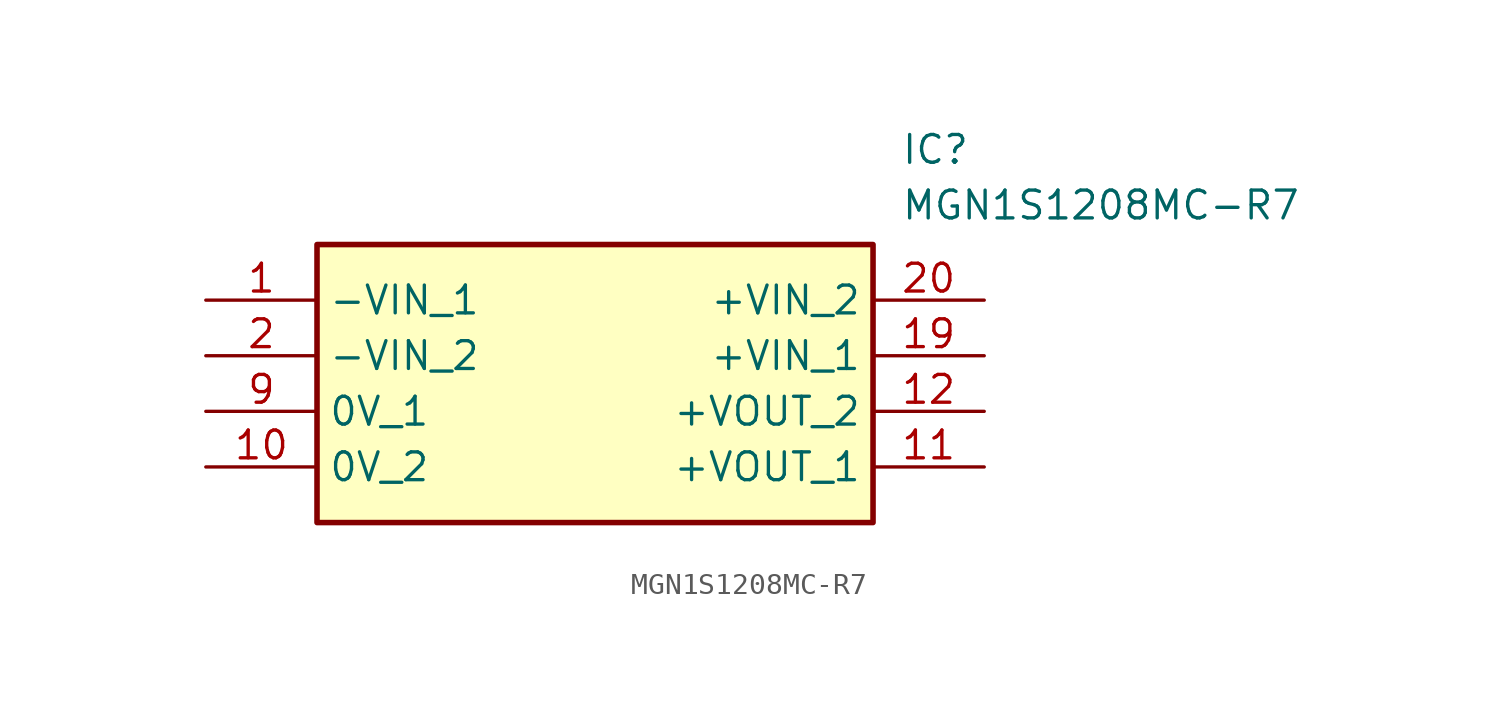
<source format=kicad_sym>
(kicad_symbol_lib
  (version 20211014)
  (generator SamacSys_ECAD_Model)
  (symbol "MGN1S1208MC-R7"
    (property "Reference" "IC"
      (at 31.75 7.62 0)
      (effects (font (size 1.27 1.27)) (justify left top)))
    (property "Value" "MGN1S1208MC-R7"
      (at 31.75 5.08 0)
      (effects (font (size 1.27 1.27)) (justify left top)))
    (rectangle
      (start 5.08 2.54)
      (end 30.48 -10.16)
      (stroke (width 0.254) (type default))
      (fill (type background)))
    (pin passive line
      (at 0 0 0)
      (length 5.08)
      (name "-VIN_1" (effects (font (size 1.27 1.27))))
      (number "1" (effects (font (size 1.27 1.27)))))
    (pin passive line
      (at 0 -2.54 0)
      (length 5.08)
      (name "-VIN_2" (effects (font (size 1.27 1.27))))
      (number "2" (effects (font (size 1.27 1.27)))))
    (pin passive line
      (at 0 -5.08 0)
      (length 5.08)
      (name "0V_1" (effects (font (size 1.27 1.27))))
      (number "9" (effects (font (size 1.27 1.27)))))
    (pin passive line
      (at 0 -7.62 0)
      (length 5.08)
      (name "0V_2" (effects (font (size 1.27 1.27))))
      (number "10" (effects (font (size 1.27 1.27)))))
    (pin passive line
      (at 35.56 -7.62 180)
      (length 5.08)
      (name "+VOUT_1" (effects (font (size 1.27 1.27))))
      (number "11" (effects (font (size 1.27 1.27)))))
    (pin passive line
      (at 35.56 -5.08 180)
      (length 5.08)
      (name "+VOUT_2" (effects (font (size 1.27 1.27))))
      (number "12" (effects (font (size 1.27 1.27)))))
    (pin passive line
      (at 35.56 -2.54 180)
      (length 5.08)
      (name "+VIN_1" (effects (font (size 1.27 1.27))))
      (number "19" (effects (font (size 1.27 1.27)))))
    (pin passive line
      (at 35.56 0 180)
      (length 5.08)
      (name "+VIN_2" (effects (font (size 1.27 1.27))))
      (number "20" (effects (font (size 1.27 1.27)))))))
</source>
